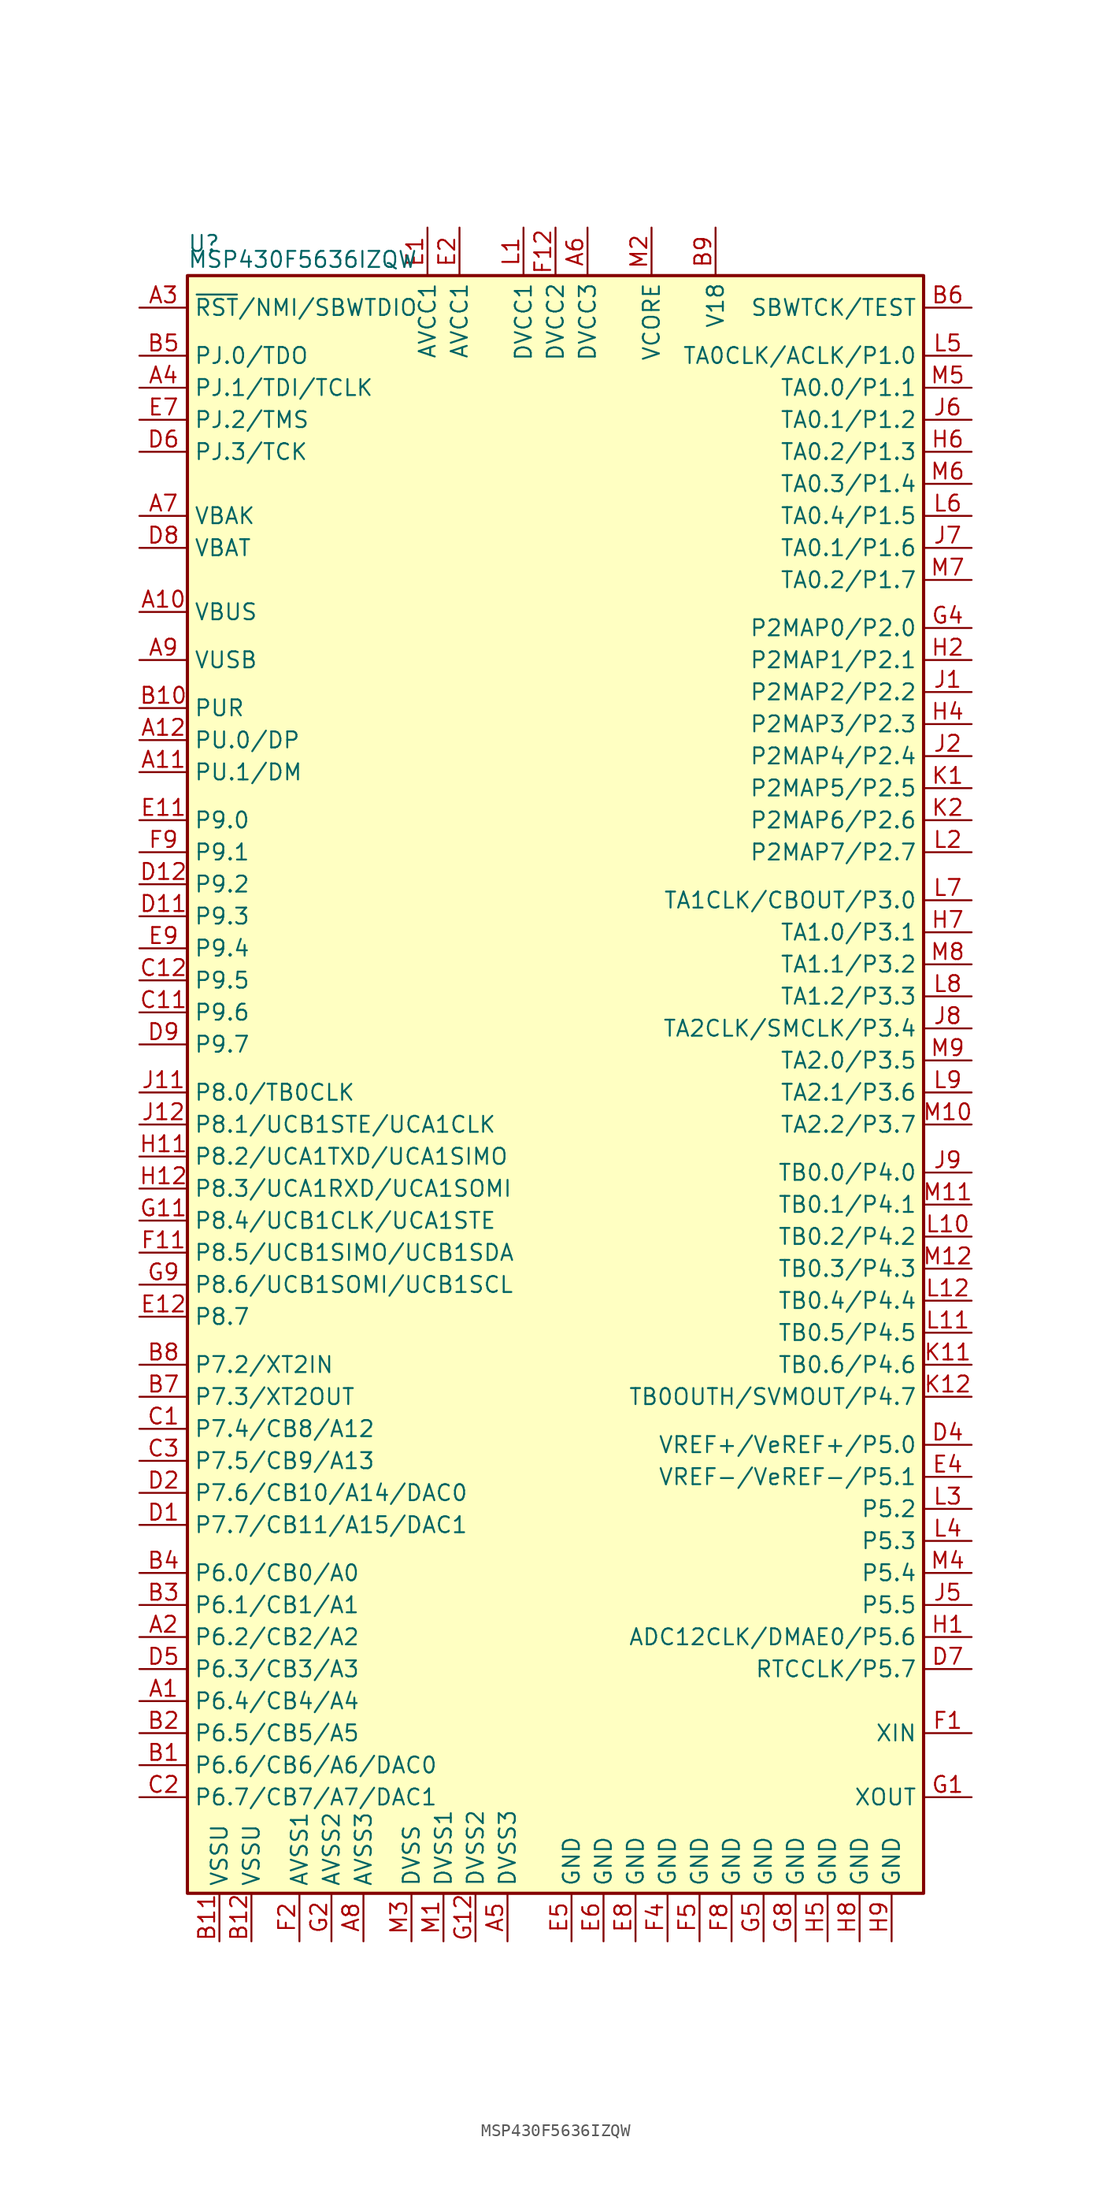
<source format=kicad_sym>
(kicad_symbol_lib
  (version 20211014)
  (generator kicad_symbol_editor)
  (symbol "MSP430F5636IZQW"
    (property "Reference" "U"
      (at -29.21 66.04 0)
      (effects (font (size 1.27 1.27)) (justify left)))
    (property "Value" "MSP430F5636IZQW"
      (at -29.21 64.77 0)
      (effects (font (size 1.27 1.27)) (justify left)))
    (symbol "MSP430F5636IZQW_0_1"
      (rectangle (start -29.21 63.5) (end 29.21 -64.77) (stroke (width 0.254) (type default) (color 0 0 0 0)) (fill (type background))))
    (symbol "MSP430F5636IZQW_1_1"
      (pin bidirectional line (at -33.02 -49.53 0) (length 3.81) (name "P6.4/CB4/A4" (effects (font (size 1.27 1.27)))) (number "A1" (effects (font (size 1.27 1.27)))))
      (pin bidirectional line (at -33.02 36.83 0) (length 3.81) (name "VBUS" (effects (font (size 1.27 1.27)))) (number "A10" (effects (font (size 1.27 1.27)))))
      (pin bidirectional line (at -33.02 24.13 0) (length 3.81) (name "PU.1/DM" (effects (font (size 1.27 1.27)))) (number "A11" (effects (font (size 1.27 1.27)))))
      (pin bidirectional line (at -33.02 26.67 0) (length 3.81) (name "PU.0/DP" (effects (font (size 1.27 1.27)))) (number "A12" (effects (font (size 1.27 1.27)))))
      (pin bidirectional line (at -33.02 -44.45 0) (length 3.81) (name "P6.2/CB2/A2" (effects (font (size 1.27 1.27)))) (number "A2" (effects (font (size 1.27 1.27)))))
      (pin input line (at -33.02 60.96 0) (length 3.81) (name "~{RST}/NMI/SBWTDIO" (effects (font (size 1.27 1.27)))) (number "A3" (effects (font (size 1.27 1.27)))))
      (pin bidirectional line (at -33.02 54.61 0) (length 3.81) (name "PJ.1/TDI/TCLK" (effects (font (size 1.27 1.27)))) (number "A4" (effects (font (size 1.27 1.27)))))
      (pin power_in line (at -3.81 -68.58 90) (length 3.81) (name "DVSS3" (effects (font (size 1.27 1.27)))) (number "A5" (effects (font (size 1.27 1.27)))))
      (pin power_in line (at 2.54 67.31 270) (length 3.81) (name "DVCC3" (effects (font (size 1.27 1.27)))) (number "A6" (effects (font (size 1.27 1.27)))))
      (pin bidirectional line (at -33.02 44.45 0) (length 3.81) (name "VBAK" (effects (font (size 1.27 1.27)))) (number "A7" (effects (font (size 1.27 1.27)))))
      (pin power_in line (at -15.24 -68.58 90) (length 3.81) (name "AVSS3" (effects (font (size 1.27 1.27)))) (number "A8" (effects (font (size 1.27 1.27)))))
      (pin bidirectional line (at -33.02 33.02 0) (length 3.81) (name "VUSB" (effects (font (size 1.27 1.27)))) (number "A9" (effects (font (size 1.27 1.27)))))
      (pin bidirectional line (at -33.02 -54.61 0) (length 3.81) (name "P6.6/CB6/A6/DAC0" (effects (font (size 1.27 1.27)))) (number "B1" (effects (font (size 1.27 1.27)))))
      (pin bidirectional line (at -33.02 29.21 0) (length 3.81) (name "PUR" (effects (font (size 1.27 1.27)))) (number "B10" (effects (font (size 1.27 1.27)))))
      (pin power_in line (at -26.67 -68.58 90) (length 3.81) (name "VSSU" (effects (font (size 1.27 1.27)))) (number "B11" (effects (font (size 1.27 1.27)))))
      (pin power_in line (at -24.13 -68.58 90) (length 3.81) (name "VSSU" (effects (font (size 1.27 1.27)))) (number "B12" (effects (font (size 1.27 1.27)))))
      (pin bidirectional line (at -33.02 -52.07 0) (length 3.81) (name "P6.5/CB5/A5" (effects (font (size 1.27 1.27)))) (number "B2" (effects (font (size 1.27 1.27)))))
      (pin bidirectional line (at -33.02 -41.91 0) (length 3.81) (name "P6.1/CB1/A1" (effects (font (size 1.27 1.27)))) (number "B3" (effects (font (size 1.27 1.27)))))
      (pin bidirectional line (at -33.02 -39.37 0) (length 3.81) (name "P6.0/CB0/A0" (effects (font (size 1.27 1.27)))) (number "B4" (effects (font (size 1.27 1.27)))))
      (pin bidirectional line (at -33.02 57.15 0) (length 3.81) (name "PJ.0/TDO" (effects (font (size 1.27 1.27)))) (number "B5" (effects (font (size 1.27 1.27)))))
      (pin input line (at 33.02 60.96 180) (length 3.81) (name "SBWTCK/TEST" (effects (font (size 1.27 1.27)))) (number "B6" (effects (font (size 1.27 1.27)))))
      (pin bidirectional line (at -33.02 -25.4 0) (length 3.81) (name "P7.3/XT2OUT" (effects (font (size 1.27 1.27)))) (number "B7" (effects (font (size 1.27 1.27)))))
      (pin bidirectional line (at -33.02 -22.86 0) (length 3.81) (name "P7.2/XT2IN" (effects (font (size 1.27 1.27)))) (number "B8" (effects (font (size 1.27 1.27)))))
      (pin passive line (at 12.7 67.31 270) (length 3.81) (name "V18" (effects (font (size 1.27 1.27)))) (number "B9" (effects (font (size 1.27 1.27)))))
      (pin bidirectional line (at -33.02 -27.94 0) (length 3.81) (name "P7.4/CB8/A12" (effects (font (size 1.27 1.27)))) (number "C1" (effects (font (size 1.27 1.27)))))
      (pin bidirectional line (at -33.02 5.08 0) (length 3.81) (name "P9.6" (effects (font (size 1.27 1.27)))) (number "C11" (effects (font (size 1.27 1.27)))))
      (pin bidirectional line (at -33.02 7.62 0) (length 3.81) (name "P9.5" (effects (font (size 1.27 1.27)))) (number "C12" (effects (font (size 1.27 1.27)))))
      (pin bidirectional line (at -33.02 -57.15 0) (length 3.81) (name "P6.7/CB7/A7/DAC1" (effects (font (size 1.27 1.27)))) (number "C2" (effects (font (size 1.27 1.27)))))
      (pin bidirectional line (at -33.02 -30.48 0) (length 3.81) (name "P7.5/CB9/A13" (effects (font (size 1.27 1.27)))) (number "C3" (effects (font (size 1.27 1.27)))))
      (pin bidirectional line (at -33.02 -35.56 0) (length 3.81) (name "P7.7/CB11/A15/DAC1" (effects (font (size 1.27 1.27)))) (number "D1" (effects (font (size 1.27 1.27)))))
      (pin bidirectional line (at -33.02 12.7 0) (length 3.81) (name "P9.3" (effects (font (size 1.27 1.27)))) (number "D11" (effects (font (size 1.27 1.27)))))
      (pin bidirectional line (at -33.02 15.24 0) (length 3.81) (name "P9.2" (effects (font (size 1.27 1.27)))) (number "D12" (effects (font (size 1.27 1.27)))))
      (pin bidirectional line (at -33.02 -33.02 0) (length 3.81) (name "P7.6/CB10/A14/DAC0" (effects (font (size 1.27 1.27)))) (number "D2" (effects (font (size 1.27 1.27)))))
      (pin bidirectional line (at 33.02 -29.21 180) (length 3.81) (name "VREF+/VeREF+/P5.0" (effects (font (size 1.27 1.27)))) (number "D4" (effects (font (size 1.27 1.27)))))
      (pin bidirectional line (at -33.02 -46.99 0) (length 3.81) (name "P6.3/CB3/A3" (effects (font (size 1.27 1.27)))) (number "D5" (effects (font (size 1.27 1.27)))))
      (pin bidirectional line (at -33.02 49.53 0) (length 3.81) (name "PJ.3/TCK" (effects (font (size 1.27 1.27)))) (number "D6" (effects (font (size 1.27 1.27)))))
      (pin bidirectional line (at 33.02 -46.99 180) (length 3.81) (name "RTCCLK/P5.7" (effects (font (size 1.27 1.27)))) (number "D7" (effects (font (size 1.27 1.27)))))
      (pin bidirectional line (at -33.02 41.91 0) (length 3.81) (name "VBAT" (effects (font (size 1.27 1.27)))) (number "D8" (effects (font (size 1.27 1.27)))))
      (pin bidirectional line (at -33.02 2.54 0) (length 3.81) (name "P9.7" (effects (font (size 1.27 1.27)))) (number "D9" (effects (font (size 1.27 1.27)))))
      (pin power_in line (at -10.16 67.31 270) (length 3.81) (name "AVCC1" (effects (font (size 1.27 1.27)))) (number "E1" (effects (font (size 1.27 1.27)))))
      (pin bidirectional line (at -33.02 20.32 0) (length 3.81) (name "P9.0" (effects (font (size 1.27 1.27)))) (number "E11" (effects (font (size 1.27 1.27)))))
      (pin bidirectional line (at -33.02 -19.05 0) (length 3.81) (name "P8.7" (effects (font (size 1.27 1.27)))) (number "E12" (effects (font (size 1.27 1.27)))))
      (pin power_in line (at -7.62 67.31 270) (length 3.81) (name "AVCC1" (effects (font (size 1.27 1.27)))) (number "E2" (effects (font (size 1.27 1.27)))))
      (pin bidirectional line (at 33.02 -31.75 180) (length 3.81) (name "VREF-/VeREF-/P5.1" (effects (font (size 1.27 1.27)))) (number "E4" (effects (font (size 1.27 1.27)))))
      (pin power_in line (at 1.27 -68.58 90) (length 3.81) (name "GND" (effects (font (size 1.27 1.27)))) (number "E5" (effects (font (size 1.27 1.27)))))
      (pin power_in line (at 3.81 -68.58 90) (length 3.81) (name "GND" (effects (font (size 1.27 1.27)))) (number "E6" (effects (font (size 1.27 1.27)))))
      (pin bidirectional line (at -33.02 52.07 0) (length 3.81) (name "PJ.2/TMS" (effects (font (size 1.27 1.27)))) (number "E7" (effects (font (size 1.27 1.27)))))
      (pin power_in line (at 6.35 -68.58 90) (length 3.81) (name "GND" (effects (font (size 1.27 1.27)))) (number "E8" (effects (font (size 1.27 1.27)))))
      (pin bidirectional line (at -33.02 10.16 0) (length 3.81) (name "P9.4" (effects (font (size 1.27 1.27)))) (number "E9" (effects (font (size 1.27 1.27)))))
      (pin bidirectional line (at 33.02 -52.07 180) (length 3.81) (name "XIN" (effects (font (size 1.27 1.27)))) (number "F1" (effects (font (size 1.27 1.27)))))
      (pin bidirectional line (at -33.02 -13.97 0) (length 3.81) (name "P8.5/UCB1SIMO/UCB1SDA" (effects (font (size 1.27 1.27)))) (number "F11" (effects (font (size 1.27 1.27)))))
      (pin power_in line (at 0 67.31 270) (length 3.81) (name "DVCC2" (effects (font (size 1.27 1.27)))) (number "F12" (effects (font (size 1.27 1.27)))))
      (pin power_in line (at -20.32 -68.58 90) (length 3.81) (name "AVSS1" (effects (font (size 1.27 1.27)))) (number "F2" (effects (font (size 1.27 1.27)))))
      (pin power_in line (at 8.89 -68.58 90) (length 3.81) (name "GND" (effects (font (size 1.27 1.27)))) (number "F4" (effects (font (size 1.27 1.27)))))
      (pin power_in line (at 11.43 -68.58 90) (length 3.81) (name "GND" (effects (font (size 1.27 1.27)))) (number "F5" (effects (font (size 1.27 1.27)))))
      (pin power_in line (at 13.97 -68.58 90) (length 3.81) (name "GND" (effects (font (size 1.27 1.27)))) (number "F8" (effects (font (size 1.27 1.27)))))
      (pin bidirectional line (at -33.02 17.78 0) (length 3.81) (name "P9.1" (effects (font (size 1.27 1.27)))) (number "F9" (effects (font (size 1.27 1.27)))))
      (pin bidirectional line (at 33.02 -57.15 180) (length 3.81) (name "XOUT" (effects (font (size 1.27 1.27)))) (number "G1" (effects (font (size 1.27 1.27)))))
      (pin bidirectional line (at -33.02 -11.43 0) (length 3.81) (name "P8.4/UCB1CLK/UCA1STE" (effects (font (size 1.27 1.27)))) (number "G11" (effects (font (size 1.27 1.27)))))
      (pin power_in line (at -6.35 -68.58 90) (length 3.81) (name "DVSS2" (effects (font (size 1.27 1.27)))) (number "G12" (effects (font (size 1.27 1.27)))))
      (pin power_in line (at -17.78 -68.58 90) (length 3.81) (name "AVSS2" (effects (font (size 1.27 1.27)))) (number "G2" (effects (font (size 1.27 1.27)))))
      (pin bidirectional line (at 33.02 35.56 180) (length 3.81) (name "P2MAP0/P2.0" (effects (font (size 1.27 1.27)))) (number "G4" (effects (font (size 1.27 1.27)))))
      (pin power_in line (at 16.51 -68.58 90) (length 3.81) (name "GND" (effects (font (size 1.27 1.27)))) (number "G5" (effects (font (size 1.27 1.27)))))
      (pin power_in line (at 19.05 -68.58 90) (length 3.81) (name "GND" (effects (font (size 1.27 1.27)))) (number "G8" (effects (font (size 1.27 1.27)))))
      (pin bidirectional line (at -33.02 -16.51 0) (length 3.81) (name "P8.6/UCB1SOMI/UCB1SCL" (effects (font (size 1.27 1.27)))) (number "G9" (effects (font (size 1.27 1.27)))))
      (pin bidirectional line (at 33.02 -44.45 180) (length 3.81) (name "ADC12CLK/DMAE0/P5.6" (effects (font (size 1.27 1.27)))) (number "H1" (effects (font (size 1.27 1.27)))))
      (pin bidirectional line (at -33.02 -6.35 0) (length 3.81) (name "P8.2/UCA1TXD/UCA1SIMO" (effects (font (size 1.27 1.27)))) (number "H11" (effects (font (size 1.27 1.27)))))
      (pin bidirectional line (at -33.02 -8.89 0) (length 3.81) (name "P8.3/UCA1RXD/UCA1SOMI" (effects (font (size 1.27 1.27)))) (number "H12" (effects (font (size 1.27 1.27)))))
      (pin bidirectional line (at 33.02 33.02 180) (length 3.81) (name "P2MAP1/P2.1" (effects (font (size 1.27 1.27)))) (number "H2" (effects (font (size 1.27 1.27)))))
      (pin bidirectional line (at 33.02 27.94 180) (length 3.81) (name "P2MAP3/P2.3" (effects (font (size 1.27 1.27)))) (number "H4" (effects (font (size 1.27 1.27)))))
      (pin power_in line (at 21.59 -68.58 90) (length 3.81) (name "GND" (effects (font (size 1.27 1.27)))) (number "H5" (effects (font (size 1.27 1.27)))))
      (pin bidirectional line (at 33.02 49.53 180) (length 3.81) (name "TA0.2/P1.3" (effects (font (size 1.27 1.27)))) (number "H6" (effects (font (size 1.27 1.27)))))
      (pin bidirectional line (at 33.02 11.43 180) (length 3.81) (name "TA1.0/P3.1" (effects (font (size 1.27 1.27)))) (number "H7" (effects (font (size 1.27 1.27)))))
      (pin power_in line (at 24.13 -68.58 90) (length 3.81) (name "GND" (effects (font (size 1.27 1.27)))) (number "H8" (effects (font (size 1.27 1.27)))))
      (pin power_in line (at 26.67 -68.58 90) (length 3.81) (name "GND" (effects (font (size 1.27 1.27)))) (number "H9" (effects (font (size 1.27 1.27)))))
      (pin bidirectional line (at 33.02 30.48 180) (length 3.81) (name "P2MAP2/P2.2" (effects (font (size 1.27 1.27)))) (number "J1" (effects (font (size 1.27 1.27)))))
      (pin bidirectional line (at -33.02 -1.27 0) (length 3.81) (name "P8.0/TB0CLK" (effects (font (size 1.27 1.27)))) (number "J11" (effects (font (size 1.27 1.27)))))
      (pin bidirectional line (at -33.02 -3.81 0) (length 3.81) (name "P8.1/UCB1STE/UCA1CLK" (effects (font (size 1.27 1.27)))) (number "J12" (effects (font (size 1.27 1.27)))))
      (pin bidirectional line (at 33.02 25.4 180) (length 3.81) (name "P2MAP4/P2.4" (effects (font (size 1.27 1.27)))) (number "J2" (effects (font (size 1.27 1.27)))))
      (pin bidirectional line (at 33.02 -41.91 180) (length 3.81) (name "P5.5" (effects (font (size 1.27 1.27)))) (number "J5" (effects (font (size 1.27 1.27)))))
      (pin bidirectional line (at 33.02 52.07 180) (length 3.81) (name "TA0.1/P1.2" (effects (font (size 1.27 1.27)))) (number "J6" (effects (font (size 1.27 1.27)))))
      (pin bidirectional line (at 33.02 41.91 180) (length 3.81) (name "TA0.1/P1.6" (effects (font (size 1.27 1.27)))) (number "J7" (effects (font (size 1.27 1.27)))))
      (pin bidirectional line (at 33.02 3.81 180) (length 3.81) (name "TA2CLK/SMCLK/P3.4" (effects (font (size 1.27 1.27)))) (number "J8" (effects (font (size 1.27 1.27)))))
      (pin bidirectional line (at 33.02 -7.62 180) (length 3.81) (name "TB0.0/P4.0" (effects (font (size 1.27 1.27)))) (number "J9" (effects (font (size 1.27 1.27)))))
      (pin bidirectional line (at 33.02 22.86 180) (length 3.81) (name "P2MAP5/P2.5" (effects (font (size 1.27 1.27)))) (number "K1" (effects (font (size 1.27 1.27)))))
      (pin bidirectional line (at 33.02 -22.86 180) (length 3.81) (name "TB0.6/P4.6" (effects (font (size 1.27 1.27)))) (number "K11" (effects (font (size 1.27 1.27)))))
      (pin bidirectional line (at 33.02 -25.4 180) (length 3.81) (name "TB0OUTH/SVMOUT/P4.7" (effects (font (size 1.27 1.27)))) (number "K12" (effects (font (size 1.27 1.27)))))
      (pin bidirectional line (at 33.02 20.32 180) (length 3.81) (name "P2MAP6/P2.6" (effects (font (size 1.27 1.27)))) (number "K2" (effects (font (size 1.27 1.27)))))
      (pin power_in line (at -2.54 67.31 270) (length 3.81) (name "DVCC1" (effects (font (size 1.27 1.27)))) (number "L1" (effects (font (size 1.27 1.27)))))
      (pin bidirectional line (at 33.02 -12.7 180) (length 3.81) (name "TB0.2/P4.2" (effects (font (size 1.27 1.27)))) (number "L10" (effects (font (size 1.27 1.27)))))
      (pin bidirectional line (at 33.02 -20.32 180) (length 3.81) (name "TB0.5/P4.5" (effects (font (size 1.27 1.27)))) (number "L11" (effects (font (size 1.27 1.27)))))
      (pin bidirectional line (at 33.02 -17.78 180) (length 3.81) (name "TB0.4/P4.4" (effects (font (size 1.27 1.27)))) (number "L12" (effects (font (size 1.27 1.27)))))
      (pin bidirectional line (at 33.02 17.78 180) (length 3.81) (name "P2MAP7/P2.7" (effects (font (size 1.27 1.27)))) (number "L2" (effects (font (size 1.27 1.27)))))
      (pin bidirectional line (at 33.02 -34.29 180) (length 3.81) (name "P5.2" (effects (font (size 1.27 1.27)))) (number "L3" (effects (font (size 1.27 1.27)))))
      (pin bidirectional line (at 33.02 -36.83 180) (length 3.81) (name "P5.3" (effects (font (size 1.27 1.27)))) (number "L4" (effects (font (size 1.27 1.27)))))
      (pin bidirectional line (at 33.02 57.15 180) (length 3.81) (name "TA0CLK/ACLK/P1.0" (effects (font (size 1.27 1.27)))) (number "L5" (effects (font (size 1.27 1.27)))))
      (pin bidirectional line (at 33.02 44.45 180) (length 3.81) (name "TA0.4/P1.5" (effects (font (size 1.27 1.27)))) (number "L6" (effects (font (size 1.27 1.27)))))
      (pin bidirectional line (at 33.02 13.97 180) (length 3.81) (name "TA1CLK/CBOUT/P3.0" (effects (font (size 1.27 1.27)))) (number "L7" (effects (font (size 1.27 1.27)))))
      (pin bidirectional line (at 33.02 6.35 180) (length 3.81) (name "TA1.2/P3.3" (effects (font (size 1.27 1.27)))) (number "L8" (effects (font (size 1.27 1.27)))))
      (pin bidirectional line (at 33.02 -1.27 180) (length 3.81) (name "TA2.1/P3.6" (effects (font (size 1.27 1.27)))) (number "L9" (effects (font (size 1.27 1.27)))))
      (pin power_in line (at -8.89 -68.58 90) (length 3.81) (name "DVSS1" (effects (font (size 1.27 1.27)))) (number "M1" (effects (font (size 1.27 1.27)))))
      (pin bidirectional line (at 33.02 -3.81 180) (length 3.81) (name "TA2.2/P3.7" (effects (font (size 1.27 1.27)))) (number "M10" (effects (font (size 1.27 1.27)))))
      (pin bidirectional line (at 33.02 -10.16 180) (length 3.81) (name "TB0.1/P4.1" (effects (font (size 1.27 1.27)))) (number "M11" (effects (font (size 1.27 1.27)))))
      (pin bidirectional line (at 33.02 -15.24 180) (length 3.81) (name "TB0.3/P4.3" (effects (font (size 1.27 1.27)))) (number "M12" (effects (font (size 1.27 1.27)))))
      (pin bidirectional line (at 7.62 67.31 270) (length 3.81) (name "VCORE" (effects (font (size 1.27 1.27)))) (number "M2" (effects (font (size 1.27 1.27)))))
      (pin power_in line (at -11.43 -68.58 90) (length 3.81) (name "DVSS" (effects (font (size 1.27 1.27)))) (number "M3" (effects (font (size 1.27 1.27)))))
      (pin bidirectional line (at 33.02 -39.37 180) (length 3.81) (name "P5.4" (effects (font (size 1.27 1.27)))) (number "M4" (effects (font (size 1.27 1.27)))))
      (pin bidirectional line (at 33.02 54.61 180) (length 3.81) (name "TA0.0/P1.1" (effects (font (size 1.27 1.27)))) (number "M5" (effects (font (size 1.27 1.27)))))
      (pin bidirectional line (at 33.02 46.99 180) (length 3.81) (name "TA0.3/P1.4" (effects (font (size 1.27 1.27)))) (number "M6" (effects (font (size 1.27 1.27)))))
      (pin bidirectional line (at 33.02 39.37 180) (length 3.81) (name "TA0.2/P1.7" (effects (font (size 1.27 1.27)))) (number "M7" (effects (font (size 1.27 1.27)))))
      (pin bidirectional line (at 33.02 8.89 180) (length 3.81) (name "TA1.1/P3.2" (effects (font (size 1.27 1.27)))) (number "M8" (effects (font (size 1.27 1.27)))))
      (pin bidirectional line (at 33.02 1.27 180) (length 3.81) (name "TA2.0/P3.5" (effects (font (size 1.27 1.27)))) (number "M9" (effects (font (size 1.27 1.27))))))))
</source>
